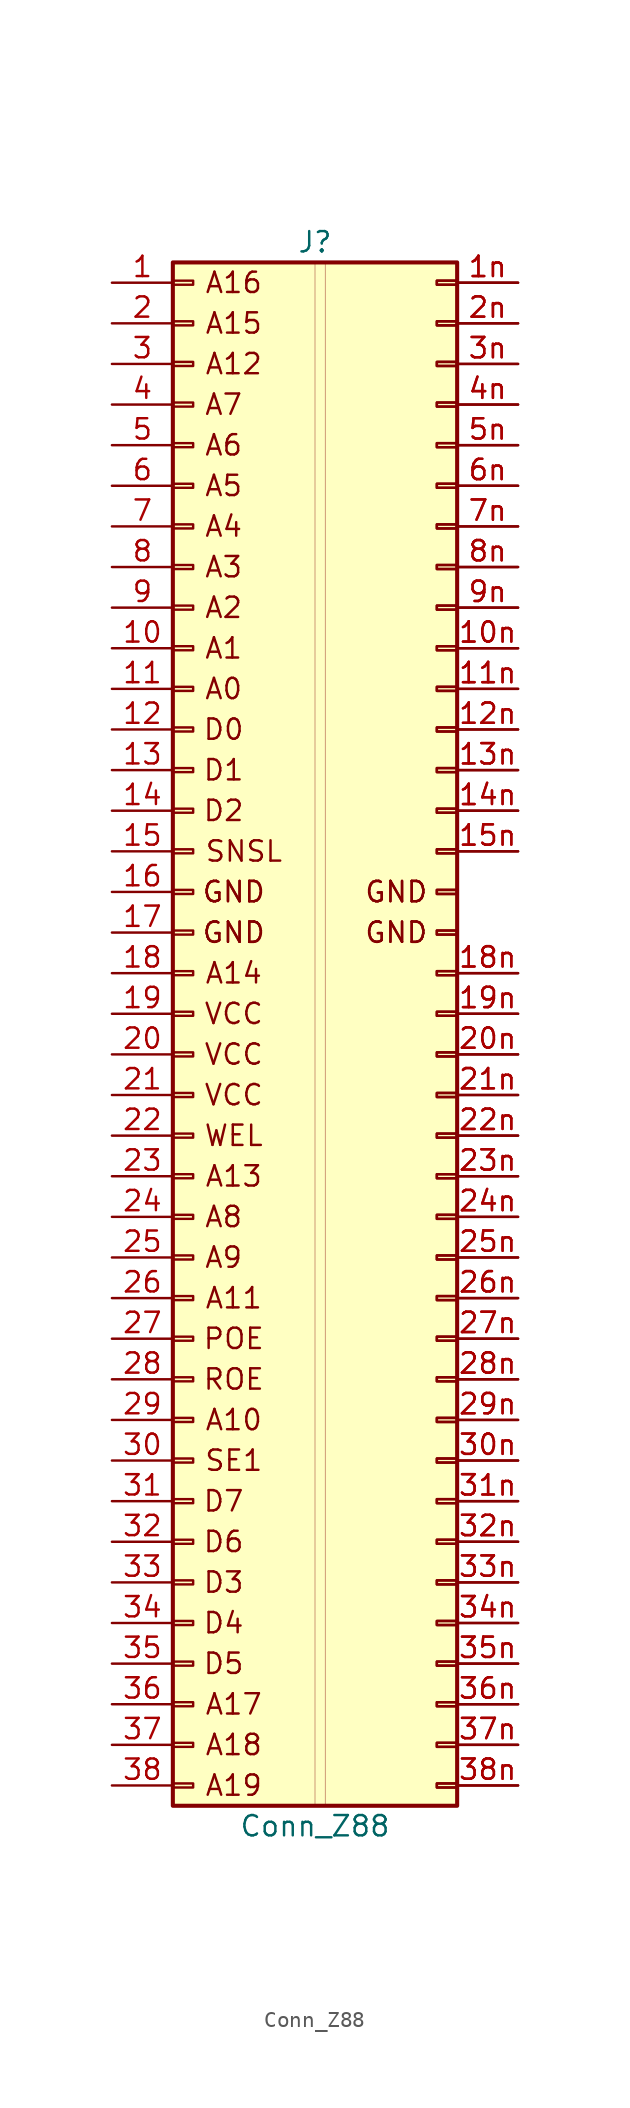
<source format=kicad_sym>
(kicad_symbol_lib
  (version 20220914)
  (generator kicad_symbol_editor)
  (symbol "Conn_Z88"
    (pin_names
      (offset 1.016) hide)
    (property "Reference" "J"
      (at 8.89 1.27 0)
      (effects (font (size 1.27 1.27))))
    (property "Value" "Conn_Z88"
      (at 8.89 -97.79 0)
      (effects (font (size 1.27 1.27))))
    (symbol "Conn_Z88_0_0"
      (text "GND" (at 13.97 -39.37 0) (effects (font (size 1.27 1.27))))
      (text "GND" (at 13.97 -39.37 0) (effects (font (size 1.27 1.27))))
      (text "WEL" (at 3.81 -54.61 0) (effects (font (size 1.27 1.27)))))
    (symbol "Conn_Z88_1_1"
      (rectangle (start 0 -95.123) (end 1.27 -95.377) (stroke (width 0.152) (type solid)) (fill (type none)))
      (rectangle (start 0 -92.583) (end 1.27 -92.837) (stroke (width 0.152) (type solid)) (fill (type none)))
      (rectangle (start 0 -90.043) (end 1.27 -90.297) (stroke (width 0.152) (type solid)) (fill (type none)))
      (rectangle (start 0 -87.503) (end 1.27 -87.757) (stroke (width 0.152) (type solid)) (fill (type none)))
      (rectangle (start 0 -84.963) (end 1.27 -85.217) (stroke (width 0.152) (type solid)) (fill (type none)))
      (rectangle (start 0 -82.423) (end 1.27 -82.677) (stroke (width 0.152) (type solid)) (fill (type none)))
      (rectangle (start 0 -79.883) (end 1.27 -80.137) (stroke (width 0.152) (type solid)) (fill (type none)))
      (rectangle (start 0 -77.343) (end 1.27 -77.597) (stroke (width 0.152) (type solid)) (fill (type none)))
      (rectangle (start 0 -74.803) (end 1.27 -75.057) (stroke (width 0.152) (type solid)) (fill (type none)))
      (rectangle (start 0 -72.263) (end 1.27 -72.517) (stroke (width 0.152) (type solid)) (fill (type none)))
      (rectangle (start 0 -69.723) (end 1.27 -69.977) (stroke (width 0.152) (type solid)) (fill (type none)))
      (rectangle (start 0 -67.183) (end 1.27 -67.437) (stroke (width 0.152) (type solid)) (fill (type none)))
      (rectangle (start 0 -64.643) (end 1.27 -64.897) (stroke (width 0.152) (type solid)) (fill (type none)))
      (rectangle (start 0 -62.103) (end 1.27 -62.357) (stroke (width 0.152) (type solid)) (fill (type none)))
      (rectangle (start 0 -59.563) (end 1.27 -59.817) (stroke (width 0.152) (type solid)) (fill (type none)))
      (rectangle (start 0 -57.023) (end 1.27 -57.277) (stroke (width 0.152) (type solid)) (fill (type none)))
      (rectangle (start 0 -54.483) (end 1.27 -54.737) (stroke (width 0.152) (type solid)) (fill (type none)))
      (rectangle (start 0 -51.943) (end 1.27 -52.197) (stroke (width 0.152) (type solid)) (fill (type none)))
      (rectangle (start 0 -49.403) (end 1.27 -49.657) (stroke (width 0.152) (type solid)) (fill (type none)))
      (rectangle (start 0 -46.863) (end 1.27 -47.117) (stroke (width 0.152) (type solid)) (fill (type none)))
      (rectangle (start 0 -44.323) (end 1.27 -44.577) (stroke (width 0.152) (type solid)) (fill (type none)))
      (rectangle (start 0 -41.783) (end 1.27 -42.037) (stroke (width 0.152) (type solid)) (fill (type none)))
      (rectangle (start 0 -39.243) (end 1.27 -39.497) (stroke (width 0.152) (type solid)) (fill (type none)))
      (rectangle (start 0 -36.703) (end 1.27 -36.957) (stroke (width 0.152) (type solid)) (fill (type none)))
      (rectangle (start 0 -34.163) (end 1.27 -34.417) (stroke (width 0.152) (type solid)) (fill (type none)))
      (rectangle (start 0 -31.623) (end 1.27 -31.877) (stroke (width 0.152) (type solid)) (fill (type none)))
      (rectangle (start 0 -29.083) (end 1.27 -29.337) (stroke (width 0.152) (type solid)) (fill (type none)))
      (rectangle (start 0 -26.543) (end 1.27 -26.797) (stroke (width 0.152) (type solid)) (fill (type none)))
      (rectangle (start 0 -24.003) (end 1.27 -24.257) (stroke (width 0.152) (type solid)) (fill (type none)))
      (rectangle (start 0 -21.463) (end 1.27 -21.717) (stroke (width 0.152) (type solid)) (fill (type none)))
      (rectangle (start 0 -18.923) (end 1.27 -19.177) (stroke (width 0.152) (type solid)) (fill (type none)))
      (rectangle (start 0 -16.383) (end 1.27 -16.637) (stroke (width 0.152) (type solid)) (fill (type none)))
      (rectangle (start 0 -13.843) (end 1.27 -14.097) (stroke (width 0.152) (type solid)) (fill (type none)))
      (rectangle (start 0 -11.303) (end 1.27 -11.557) (stroke (width 0.152) (type solid)) (fill (type none)))
      (rectangle (start 0 -8.763) (end 1.27 -9.017) (stroke (width 0.152) (type solid)) (fill (type none)))
      (rectangle (start 0 -6.223) (end 1.27 -6.477) (stroke (width 0.152) (type solid)) (fill (type none)))
      (rectangle (start 0 -3.683) (end 1.27 -3.937) (stroke (width 0.152) (type solid)) (fill (type none)))
      (rectangle (start 0 -1.143) (end 1.27 -1.397) (stroke (width 0.152) (type solid)) (fill (type none)))
      (rectangle (start 0 0) (end 17.78 -96.52) (stroke (width 0.254) (type solid)) (fill (type background)))
      (rectangle (start 8.89 0) (end 9.525 -96.52) (stroke (width 0.025) (type solid)) (fill (type background)))
      (rectangle (start 17.78 -95.123) (end 16.51 -95.377) (stroke (width 0.152) (type solid)) (fill (type none)))
      (rectangle (start 17.78 -95.123) (end 16.51 -95.377) (stroke (width 0.152) (type solid)) (fill (type none)))
      (rectangle (start 17.78 -92.583) (end 16.51 -92.837) (stroke (width 0.152) (type solid)) (fill (type none)))
      (rectangle (start 17.78 -92.583) (end 16.51 -92.837) (stroke (width 0.152) (type solid)) (fill (type none)))
      (rectangle (start 17.78 -90.043) (end 16.51 -90.297) (stroke (width 0.152) (type solid)) (fill (type none)))
      (rectangle (start 17.78 -90.043) (end 16.51 -90.297) (stroke (width 0.152) (type solid)) (fill (type none)))
      (rectangle (start 17.78 -87.503) (end 16.51 -87.757) (stroke (width 0.152) (type solid)) (fill (type none)))
      (rectangle (start 17.78 -87.503) (end 16.51 -87.757) (stroke (width 0.152) (type solid)) (fill (type none)))
      (rectangle (start 17.78 -84.963) (end 16.51 -85.217) (stroke (width 0.152) (type solid)) (fill (type none)))
      (rectangle (start 17.78 -84.963) (end 16.51 -85.217) (stroke (width 0.152) (type solid)) (fill (type none)))
      (rectangle (start 17.78 -82.423) (end 16.51 -82.677) (stroke (width 0.152) (type solid)) (fill (type none)))
      (rectangle (start 17.78 -82.423) (end 16.51 -82.677) (stroke (width 0.152) (type solid)) (fill (type none)))
      (rectangle (start 17.78 -79.883) (end 16.51 -80.137) (stroke (width 0.152) (type solid)) (fill (type none)))
      (rectangle (start 17.78 -79.883) (end 16.51 -80.137) (stroke (width 0.152) (type solid)) (fill (type none)))
      (rectangle (start 17.78 -77.343) (end 16.51 -77.597) (stroke (width 0.152) (type solid)) (fill (type none)))
      (rectangle (start 17.78 -77.343) (end 16.51 -77.597) (stroke (width 0.152) (type solid)) (fill (type none)))
      (rectangle (start 17.78 -74.803) (end 16.51 -75.057) (stroke (width 0.152) (type solid)) (fill (type none)))
      (rectangle (start 17.78 -74.803) (end 16.51 -75.057) (stroke (width 0.152) (type solid)) (fill (type none)))
      (rectangle (start 17.78 -72.263) (end 16.51 -72.517) (stroke (width 0.152) (type solid)) (fill (type none)))
      (rectangle (start 17.78 -72.263) (end 16.51 -72.517) (stroke (width 0.152) (type solid)) (fill (type none)))
      (rectangle (start 17.78 -69.723) (end 16.51 -69.977) (stroke (width 0.152) (type solid)) (fill (type none)))
      (rectangle (start 17.78 -69.723) (end 16.51 -69.977) (stroke (width 0.152) (type solid)) (fill (type none)))
      (rectangle (start 17.78 -67.183) (end 16.51 -67.437) (stroke (width 0.152) (type solid)) (fill (type none)))
      (rectangle (start 17.78 -67.183) (end 16.51 -67.437) (stroke (width 0.152) (type solid)) (fill (type none)))
      (rectangle (start 17.78 -64.643) (end 16.51 -64.897) (stroke (width 0.152) (type solid)) (fill (type none)))
      (rectangle (start 17.78 -64.643) (end 16.51 -64.897) (stroke (width 0.152) (type solid)) (fill (type none)))
      (rectangle (start 17.78 -62.103) (end 16.51 -62.357) (stroke (width 0.152) (type solid)) (fill (type none)))
      (rectangle (start 17.78 -62.103) (end 16.51 -62.357) (stroke (width 0.152) (type solid)) (fill (type none)))
      (rectangle (start 17.78 -59.563) (end 16.51 -59.817) (stroke (width 0.152) (type solid)) (fill (type none)))
      (rectangle (start 17.78 -59.563) (end 16.51 -59.817) (stroke (width 0.152) (type solid)) (fill (type none)))
      (rectangle (start 17.78 -57.023) (end 16.51 -57.277) (stroke (width 0.152) (type solid)) (fill (type none)))
      (rectangle (start 17.78 -57.023) (end 16.51 -57.277) (stroke (width 0.152) (type solid)) (fill (type none)))
      (rectangle (start 17.78 -54.483) (end 16.51 -54.737) (stroke (width 0.152) (type solid)) (fill (type none)))
      (rectangle (start 17.78 -54.483) (end 16.51 -54.737) (stroke (width 0.152) (type solid)) (fill (type none)))
      (rectangle (start 17.78 -51.943) (end 16.51 -52.197) (stroke (width 0.152) (type solid)) (fill (type none)))
      (rectangle (start 17.78 -51.943) (end 16.51 -52.197) (stroke (width 0.152) (type solid)) (fill (type none)))
      (rectangle (start 17.78 -49.403) (end 16.51 -49.657) (stroke (width 0.152) (type solid)) (fill (type none)))
      (rectangle (start 17.78 -49.403) (end 16.51 -49.657) (stroke (width 0.152) (type solid)) (fill (type none)))
      (rectangle (start 17.78 -46.863) (end 16.51 -47.117) (stroke (width 0.152) (type solid)) (fill (type none)))
      (rectangle (start 17.78 -46.863) (end 16.51 -47.117) (stroke (width 0.152) (type solid)) (fill (type none)))
      (rectangle (start 17.78 -44.323) (end 16.51 -44.577) (stroke (width 0.152) (type solid)) (fill (type none)))
      (rectangle (start 17.78 -44.323) (end 16.51 -44.577) (stroke (width 0.152) (type solid)) (fill (type none)))
      (rectangle (start 17.78 -41.783) (end 16.51 -42.037) (stroke (width 0.152) (type solid)) (fill (type none)))
      (rectangle (start 17.78 -41.783) (end 16.51 -42.037) (stroke (width 0.152) (type solid)) (fill (type none)))
      (rectangle (start 17.78 -39.243) (end 16.51 -39.497) (stroke (width 0.152) (type solid)) (fill (type none)))
      (rectangle (start 17.78 -39.243) (end 16.51 -39.497) (stroke (width 0.152) (type solid)) (fill (type none)))
      (rectangle (start 17.78 -36.703) (end 16.51 -36.957) (stroke (width 0.152) (type solid)) (fill (type none)))
      (rectangle (start 17.78 -36.703) (end 16.51 -36.957) (stroke (width 0.152) (type solid)) (fill (type none)))
      (rectangle (start 17.78 -34.163) (end 16.51 -34.417) (stroke (width 0.152) (type solid)) (fill (type none)))
      (rectangle (start 17.78 -34.163) (end 16.51 -34.417) (stroke (width 0.152) (type solid)) (fill (type none)))
      (rectangle (start 17.78 -31.623) (end 16.51 -31.877) (stroke (width 0.152) (type solid)) (fill (type none)))
      (rectangle (start 17.78 -31.623) (end 16.51 -31.877) (stroke (width 0.152) (type solid)) (fill (type none)))
      (rectangle (start 17.78 -29.083) (end 16.51 -29.337) (stroke (width 0.152) (type solid)) (fill (type none)))
      (rectangle (start 17.78 -29.083) (end 16.51 -29.337) (stroke (width 0.152) (type solid)) (fill (type none)))
      (rectangle (start 17.78 -26.543) (end 16.51 -26.797) (stroke (width 0.152) (type solid)) (fill (type none)))
      (rectangle (start 17.78 -26.543) (end 16.51 -26.797) (stroke (width 0.152) (type solid)) (fill (type none)))
      (rectangle (start 17.78 -24.003) (end 16.51 -24.257) (stroke (width 0.152) (type solid)) (fill (type none)))
      (rectangle (start 17.78 -24.003) (end 16.51 -24.257) (stroke (width 0.152) (type solid)) (fill (type none)))
      (rectangle (start 17.78 -21.463) (end 16.51 -21.717) (stroke (width 0.152) (type solid)) (fill (type none)))
      (rectangle (start 17.78 -21.463) (end 16.51 -21.717) (stroke (width 0.152) (type solid)) (fill (type none)))
      (rectangle (start 17.78 -18.923) (end 16.51 -19.177) (stroke (width 0.152) (type solid)) (fill (type none)))
      (rectangle (start 17.78 -18.923) (end 16.51 -19.177) (stroke (width 0.152) (type solid)) (fill (type none)))
      (rectangle (start 17.78 -16.383) (end 16.51 -16.637) (stroke (width 0.152) (type solid)) (fill (type none)))
      (rectangle (start 17.78 -16.383) (end 16.51 -16.637) (stroke (width 0.152) (type solid)) (fill (type none)))
      (rectangle (start 17.78 -13.843) (end 16.51 -14.097) (stroke (width 0.152) (type solid)) (fill (type none)))
      (rectangle (start 17.78 -13.843) (end 16.51 -14.097) (stroke (width 0.152) (type solid)) (fill (type none)))
      (rectangle (start 17.78 -11.303) (end 16.51 -11.557) (stroke (width 0.152) (type solid)) (fill (type none)))
      (rectangle (start 17.78 -11.303) (end 16.51 -11.557) (stroke (width 0.152) (type solid)) (fill (type none)))
      (rectangle (start 17.78 -8.763) (end 16.51 -9.017) (stroke (width 0.152) (type solid)) (fill (type none)))
      (rectangle (start 17.78 -8.763) (end 16.51 -9.017) (stroke (width 0.152) (type solid)) (fill (type none)))
      (rectangle (start 17.78 -6.223) (end 16.51 -6.477) (stroke (width 0.152) (type solid)) (fill (type none)))
      (rectangle (start 17.78 -6.223) (end 16.51 -6.477) (stroke (width 0.152) (type solid)) (fill (type none)))
      (rectangle (start 17.78 -3.683) (end 16.51 -3.937) (stroke (width 0.152) (type solid)) (fill (type none)))
      (rectangle (start 17.78 -3.683) (end 16.51 -3.937) (stroke (width 0.152) (type solid)) (fill (type none)))
      (rectangle (start 17.78 -1.143) (end 16.51 -1.397) (stroke (width 0.152) (type solid)) (fill (type none)))
      (rectangle (start 17.78 -1.143) (end 16.51 -1.397) (stroke (width 0.152) (type solid)) (fill (type none)))
      (text "A0" (at 3.175 -26.67 0) (effects (font (size 1.27 1.27))))
      (text "A1" (at 3.175 -24.13 0) (effects (font (size 1.27 1.27))))
      (text "A10" (at 3.81 -72.39 0) (effects (font (size 1.27 1.27))))
      (text "A11" (at 3.81 -64.77 0) (effects (font (size 1.27 1.27))))
      (text "A12" (at 3.81 -6.35 0) (effects (font (size 1.27 1.27))))
      (text "A13" (at 3.81 -57.15 0) (effects (font (size 1.27 1.27))))
      (text "A14" (at 3.81 -44.45 0) (effects (font (size 1.27 1.27))))
      (text "A15" (at 3.81 -3.81 0) (effects (font (size 1.27 1.27))))
      (text "A16" (at 3.81 -1.27 0) (effects (font (size 1.27 1.27))))
      (text "A17" (at 3.81 -90.17 0) (effects (font (size 1.27 1.27))))
      (text "A18" (at 3.81 -92.71 0) (effects (font (size 1.27 1.27))))
      (text "A19" (at 3.81 -95.25 0) (effects (font (size 1.27 1.27))))
      (text "A2" (at 3.175 -21.59 0) (effects (font (size 1.27 1.27))))
      (text "A3" (at 3.175 -19.05 0) (effects (font (size 1.27 1.27))))
      (text "A4" (at 3.175 -16.51 0) (effects (font (size 1.27 1.27))))
      (text "A5" (at 3.175 -13.97 0) (effects (font (size 1.27 1.27))))
      (text "A6" (at 3.175 -11.43 0) (effects (font (size 1.27 1.27))))
      (text "A7" (at 3.175 -8.89 0) (effects (font (size 1.27 1.27))))
      (text "A8" (at 3.175 -59.69 0) (effects (font (size 1.27 1.27))))
      (text "A9" (at 3.175 -62.23 0) (effects (font (size 1.27 1.27))))
      (text "D0" (at 3.175 -29.21 0) (effects (font (size 1.27 1.27))))
      (text "D1" (at 3.175 -31.75 0) (effects (font (size 1.27 1.27))))
      (text "D2" (at 3.175 -34.29 0) (effects (font (size 1.27 1.27))))
      (text "D3" (at 3.175 -82.55 0) (effects (font (size 1.27 1.27))))
      (text "D4" (at 3.175 -85.09 0) (effects (font (size 1.27 1.27))))
      (text "D5" (at 3.175 -87.63 0) (effects (font (size 1.27 1.27))))
      (text "D6" (at 3.175 -80.01 0) (effects (font (size 1.27 1.27))))
      (text "D7" (at 3.175 -77.47 0) (effects (font (size 1.27 1.27))))
      (text "GND" (at 3.81 -41.91 0) (effects (font (size 1.27 1.27))))
      (text "GND" (at 3.81 -41.91 0) (effects (font (size 1.27 1.27))))
      (text "GND" (at 3.81 -39.37 0) (effects (font (size 1.27 1.27))))
      (text "GND" (at 3.81 -39.37 0) (effects (font (size 1.27 1.27))))
      (text "GND" (at 13.97 -41.91 0) (effects (font (size 1.27 1.27))))
      (text "GND" (at 13.97 -41.91 0) (effects (font (size 1.27 1.27))))
      (text "POE" (at 3.81 -67.31 0) (effects (font (size 1.27 1.27))))
      (text "ROE" (at 3.81 -69.85 0) (effects (font (size 1.27 1.27))))
      (text "SE1" (at 3.81 -74.93 0) (effects (font (size 1.27 1.27))))
      (text "SNSL" (at 4.445 -36.83 0) (effects (font (size 1.27 1.27))))
      (text "VCC" (at 3.81 -52.07 0) (effects (font (size 1.27 1.27))))
      (text "VCC" (at 3.81 -49.53 0) (effects (font (size 1.27 1.27))))
      (text "VCC" (at 3.81 -46.99 0) (effects (font (size 1.27 1.27))))
      (pin passive line (at -3.81 -1.27 0) (length 3.81) (name "Pin_1" (effects (font (size 1.27 1.27)))) (number "1" (effects (font (size 1.27 1.27)))))
      (pin passive line (at -3.81 -24.13 0) (length 3.81) (name "Pin_10" (effects (font (size 1.27 1.27)))) (number "10" (effects (font (size 1.27 1.27)))))
      (pin passive line (at 21.59 -24.13 180) (length 3.81) (name "Pin_48" (effects (font (size 1.27 1.27)))) (number "10n" (effects (font (size 1.27 1.27)))))
      (pin passive line (at 21.59 -24.13 180) (length 3.81) (name "Pin_48" (effects (font (size 1.27 1.27)))) (number "10n" (effects (font (size 1.27 1.27)))))
      (pin passive line (at -3.81 -26.67 0) (length 3.81) (name "Pin_11" (effects (font (size 1.27 1.27)))) (number "11" (effects (font (size 1.27 1.27)))))
      (pin passive line (at 21.59 -26.67 180) (length 3.81) (name "Pin_49" (effects (font (size 1.27 1.27)))) (number "11n" (effects (font (size 1.27 1.27)))))
      (pin passive line (at 21.59 -26.67 180) (length 3.81) (name "Pin_49" (effects (font (size 1.27 1.27)))) (number "11n" (effects (font (size 1.27 1.27)))))
      (pin passive line (at -3.81 -29.21 0) (length 3.81) (name "Pin_12" (effects (font (size 1.27 1.27)))) (number "12" (effects (font (size 1.27 1.27)))))
      (pin passive line (at 21.59 -29.21 180) (length 3.81) (name "Pin_50" (effects (font (size 1.27 1.27)))) (number "12n" (effects (font (size 1.27 1.27)))))
      (pin passive line (at 21.59 -29.21 180) (length 3.81) (name "Pin_50" (effects (font (size 1.27 1.27)))) (number "12n" (effects (font (size 1.27 1.27)))))
      (pin passive line (at -3.81 -31.75 0) (length 3.81) (name "Pin_13" (effects (font (size 1.27 1.27)))) (number "13" (effects (font (size 1.27 1.27)))))
      (pin passive line (at 21.59 -31.75 180) (length 3.81) (name "Pin_51" (effects (font (size 1.27 1.27)))) (number "13n" (effects (font (size 1.27 1.27)))))
      (pin passive line (at 21.59 -31.75 180) (length 3.81) (name "Pin_51" (effects (font (size 1.27 1.27)))) (number "13n" (effects (font (size 1.27 1.27)))))
      (pin passive line (at -3.81 -34.29 0) (length 3.81) (name "Pin_14" (effects (font (size 1.27 1.27)))) (number "14" (effects (font (size 1.27 1.27)))))
      (pin passive line (at 21.59 -34.29 180) (length 3.81) (name "Pin_52" (effects (font (size 1.27 1.27)))) (number "14n" (effects (font (size 1.27 1.27)))))
      (pin passive line (at 21.59 -34.29 180) (length 3.81) (name "Pin_52" (effects (font (size 1.27 1.27)))) (number "14n" (effects (font (size 1.27 1.27)))))
      (pin passive line (at -3.81 -36.83 0) (length 3.81) (name "GND" (effects (font (size 1.27 1.27)))) (number "15" (effects (font (size 1.27 1.27)))))
      (pin passive line (at 21.59 -36.83 180) (length 3.81) (name "Pin_53" (effects (font (size 1.27 1.27)))) (number "15n" (effects (font (size 1.27 1.27)))))
      (pin passive line (at 21.59 -36.83 180) (length 3.81) (name "Pin_53" (effects (font (size 1.27 1.27)))) (number "15n" (effects (font (size 1.27 1.27)))))
      (pin passive line (at -3.81 -39.37 0) (length 3.81) (name "GND" (effects (font (size 1.27 1.27)))) (number "16" (effects (font (size 1.27 1.27)))))
      (pin passive line (at -3.81 -41.91 0) (length 3.81) (name "GND" (effects (font (size 1.27 1.27)))) (number "17" (effects (font (size 1.27 1.27)))))
      (pin passive line (at -3.81 -44.45 0) (length 3.81) (name "Pin_18" (effects (font (size 1.27 1.27)))) (number "18" (effects (font (size 1.27 1.27)))))
      (pin passive line (at 21.59 -44.45 180) (length 3.81) (name "Pin_56" (effects (font (size 1.27 1.27)))) (number "18n" (effects (font (size 1.27 1.27)))))
      (pin passive line (at 21.59 -44.45 180) (length 3.81) (name "Pin_56" (effects (font (size 1.27 1.27)))) (number "18n" (effects (font (size 1.27 1.27)))))
      (pin passive line (at -3.81 -46.99 0) (length 3.81) (name "Pin_19" (effects (font (size 1.27 1.27)))) (number "19" (effects (font (size 1.27 1.27)))))
      (pin passive line (at 21.59 -46.99 180) (length 3.81) (name "Pin_57" (effects (font (size 1.27 1.27)))) (number "19n" (effects (font (size 1.27 1.27)))))
      (pin passive line (at 21.59 -46.99 180) (length 3.81) (name "Pin_57" (effects (font (size 1.27 1.27)))) (number "19n" (effects (font (size 1.27 1.27)))))
      (pin passive line (at 21.59 -1.27 180) (length 3.81) (name "Pin_39" (effects (font (size 1.27 1.27)))) (number "1n" (effects (font (size 1.27 1.27)))))
      (pin passive line (at 21.59 -1.27 180) (length 3.81) (name "Pin_39" (effects (font (size 1.27 1.27)))) (number "1n" (effects (font (size 1.27 1.27)))))
      (pin passive line (at -3.81 -3.81 0) (length 3.81) (name "Pin_2" (effects (font (size 1.27 1.27)))) (number "2" (effects (font (size 1.27 1.27)))))
      (pin passive line (at -3.81 -49.53 0) (length 3.81) (name "Pin_20" (effects (font (size 1.27 1.27)))) (number "20" (effects (font (size 1.27 1.27)))))
      (pin passive line (at 21.59 -49.53 180) (length 3.81) (name "Pin_58" (effects (font (size 1.27 1.27)))) (number "20n" (effects (font (size 1.27 1.27)))))
      (pin passive line (at 21.59 -49.53 180) (length 3.81) (name "Pin_58" (effects (font (size 1.27 1.27)))) (number "20n" (effects (font (size 1.27 1.27)))))
      (pin passive line (at -3.81 -52.07 0) (length 3.81) (name "Pin_21" (effects (font (size 1.27 1.27)))) (number "21" (effects (font (size 1.27 1.27)))))
      (pin passive line (at 21.59 -52.07 180) (length 3.81) (name "Pin_59" (effects (font (size 1.27 1.27)))) (number "21n" (effects (font (size 1.27 1.27)))))
      (pin passive line (at 21.59 -52.07 180) (length 3.81) (name "Pin_59" (effects (font (size 1.27 1.27)))) (number "21n" (effects (font (size 1.27 1.27)))))
      (pin passive line (at -3.81 -54.61 0) (length 3.81) (name "Pin_22" (effects (font (size 1.27 1.27)))) (number "22" (effects (font (size 1.27 1.27)))))
      (pin passive line (at 21.59 -54.61 180) (length 3.81) (name "Pin_60" (effects (font (size 1.27 1.27)))) (number "22n" (effects (font (size 1.27 1.27)))))
      (pin passive line (at 21.59 -54.61 180) (length 3.81) (name "Pin_60" (effects (font (size 1.27 1.27)))) (number "22n" (effects (font (size 1.27 1.27)))))
      (pin passive line (at -3.81 -57.15 0) (length 3.81) (name "Pin_23" (effects (font (size 1.27 1.27)))) (number "23" (effects (font (size 1.27 1.27)))))
      (pin passive line (at 21.59 -57.15 180) (length 3.81) (name "Pin_61" (effects (font (size 1.27 1.27)))) (number "23n" (effects (font (size 1.27 1.27)))))
      (pin passive line (at 21.59 -57.15 180) (length 3.81) (name "Pin_61" (effects (font (size 1.27 1.27)))) (number "23n" (effects (font (size 1.27 1.27)))))
      (pin passive line (at -3.81 -59.69 0) (length 3.81) (name "Pin_24" (effects (font (size 1.27 1.27)))) (number "24" (effects (font (size 1.27 1.27)))))
      (pin passive line (at 21.59 -59.69 180) (length 3.81) (name "Pin_62" (effects (font (size 1.27 1.27)))) (number "24n" (effects (font (size 1.27 1.27)))))
      (pin passive line (at 21.59 -59.69 180) (length 3.81) (name "Pin_62" (effects (font (size 1.27 1.27)))) (number "24n" (effects (font (size 1.27 1.27)))))
      (pin passive line (at -3.81 -62.23 0) (length 3.81) (name "Pin_25" (effects (font (size 1.27 1.27)))) (number "25" (effects (font (size 1.27 1.27)))))
      (pin passive line (at 21.59 -62.23 180) (length 3.81) (name "Pin_63" (effects (font (size 1.27 1.27)))) (number "25n" (effects (font (size 1.27 1.27)))))
      (pin passive line (at 21.59 -62.23 180) (length 3.81) (name "Pin_63" (effects (font (size 1.27 1.27)))) (number "25n" (effects (font (size 1.27 1.27)))))
      (pin passive line (at -3.81 -64.77 0) (length 3.81) (name "Pin_26" (effects (font (size 1.27 1.27)))) (number "26" (effects (font (size 1.27 1.27)))))
      (pin passive line (at 21.59 -64.77 180) (length 3.81) (name "Pin_64" (effects (font (size 1.27 1.27)))) (number "26n" (effects (font (size 1.27 1.27)))))
      (pin passive line (at 21.59 -64.77 180) (length 3.81) (name "Pin_64" (effects (font (size 1.27 1.27)))) (number "26n" (effects (font (size 1.27 1.27)))))
      (pin passive line (at -3.81 -67.31 0) (length 3.81) (name "Pin_27" (effects (font (size 1.27 1.27)))) (number "27" (effects (font (size 1.27 1.27)))))
      (pin passive line (at 21.59 -67.31 180) (length 3.81) (name "Pin_65" (effects (font (size 1.27 1.27)))) (number "27n" (effects (font (size 1.27 1.27)))))
      (pin passive line (at 21.59 -67.31 180) (length 3.81) (name "Pin_65" (effects (font (size 1.27 1.27)))) (number "27n" (effects (font (size 1.27 1.27)))))
      (pin passive line (at -3.81 -69.85 0) (length 3.81) (name "Pin_28" (effects (font (size 1.27 1.27)))) (number "28" (effects (font (size 1.27 1.27)))))
      (pin passive line (at 21.59 -69.85 180) (length 3.81) (name "Pin_66" (effects (font (size 1.27 1.27)))) (number "28n" (effects (font (size 1.27 1.27)))))
      (pin passive line (at 21.59 -69.85 180) (length 3.81) (name "Pin_66" (effects (font (size 1.27 1.27)))) (number "28n" (effects (font (size 1.27 1.27)))))
      (pin passive line (at -3.81 -72.39 0) (length 3.81) (name "Pin_29" (effects (font (size 1.27 1.27)))) (number "29" (effects (font (size 1.27 1.27)))))
      (pin passive line (at 21.59 -72.39 180) (length 3.81) (name "Pin_67" (effects (font (size 1.27 1.27)))) (number "29n" (effects (font (size 1.27 1.27)))))
      (pin passive line (at 21.59 -72.39 180) (length 3.81) (name "Pin_67" (effects (font (size 1.27 1.27)))) (number "29n" (effects (font (size 1.27 1.27)))))
      (pin passive line (at 21.59 -3.81 180) (length 3.81) (name "Pin_40" (effects (font (size 1.27 1.27)))) (number "2n" (effects (font (size 1.27 1.27)))))
      (pin passive line (at 21.59 -3.81 180) (length 3.81) (name "Pin_40" (effects (font (size 1.27 1.27)))) (number "2n" (effects (font (size 1.27 1.27)))))
      (pin passive line (at -3.81 -6.35 0) (length 3.81) (name "Pin_3" (effects (font (size 1.27 1.27)))) (number "3" (effects (font (size 1.27 1.27)))))
      (pin passive line (at -3.81 -74.93 0) (length 3.81) (name "Pin_30" (effects (font (size 1.27 1.27)))) (number "30" (effects (font (size 1.27 1.27)))))
      (pin passive line (at 21.59 -74.93 180) (length 3.81) (name "Pin_68" (effects (font (size 1.27 1.27)))) (number "30n" (effects (font (size 1.27 1.27)))))
      (pin passive line (at 21.59 -74.93 180) (length 3.81) (name "Pin_68" (effects (font (size 1.27 1.27)))) (number "30n" (effects (font (size 1.27 1.27)))))
      (pin passive line (at -3.81 -77.47 0) (length 3.81) (name "Pin_31" (effects (font (size 1.27 1.27)))) (number "31" (effects (font (size 1.27 1.27)))))
      (pin passive line (at 21.59 -77.47 180) (length 3.81) (name "Pin_69" (effects (font (size 1.27 1.27)))) (number "31n" (effects (font (size 1.27 1.27)))))
      (pin passive line (at 21.59 -77.47 180) (length 3.81) (name "Pin_69" (effects (font (size 1.27 1.27)))) (number "31n" (effects (font (size 1.27 1.27)))))
      (pin passive line (at -3.81 -80.01 0) (length 3.81) (name "Pin_32" (effects (font (size 1.27 1.27)))) (number "32" (effects (font (size 1.27 1.27)))))
      (pin passive line (at 21.59 -80.01 180) (length 3.81) (name "Pin_70" (effects (font (size 1.27 1.27)))) (number "32n" (effects (font (size 1.27 1.27)))))
      (pin passive line (at 21.59 -80.01 180) (length 3.81) (name "Pin_70" (effects (font (size 1.27 1.27)))) (number "32n" (effects (font (size 1.27 1.27)))))
      (pin passive line (at -3.81 -82.55 0) (length 3.81) (name "Pin_33" (effects (font (size 1.27 1.27)))) (number "33" (effects (font (size 1.27 1.27)))))
      (pin passive line (at 21.59 -82.55 180) (length 3.81) (name "Pin_71" (effects (font (size 1.27 1.27)))) (number "33n" (effects (font (size 1.27 1.27)))))
      (pin passive line (at 21.59 -82.55 180) (length 3.81) (name "Pin_71" (effects (font (size 1.27 1.27)))) (number "33n" (effects (font (size 1.27 1.27)))))
      (pin passive line (at -3.81 -85.09 0) (length 3.81) (name "Pin_34" (effects (font (size 1.27 1.27)))) (number "34" (effects (font (size 1.27 1.27)))))
      (pin passive line (at 21.59 -85.09 180) (length 3.81) (name "Pin_72" (effects (font (size 1.27 1.27)))) (number "34n" (effects (font (size 1.27 1.27)))))
      (pin passive line (at 21.59 -85.09 180) (length 3.81) (name "Pin_72" (effects (font (size 1.27 1.27)))) (number "34n" (effects (font (size 1.27 1.27)))))
      (pin passive line (at -3.81 -87.63 0) (length 3.81) (name "Pin_35" (effects (font (size 1.27 1.27)))) (number "35" (effects (font (size 1.27 1.27)))))
      (pin passive line (at 21.59 -87.63 180) (length 3.81) (name "Pin_73" (effects (font (size 1.27 1.27)))) (number "35n" (effects (font (size 1.27 1.27)))))
      (pin passive line (at 21.59 -87.63 180) (length 3.81) (name "Pin_73" (effects (font (size 1.27 1.27)))) (number "35n" (effects (font (size 1.27 1.27)))))
      (pin passive line (at -3.81 -90.17 0) (length 3.81) (name "Pin_36" (effects (font (size 1.27 1.27)))) (number "36" (effects (font (size 1.27 1.27)))))
      (pin passive line (at 21.59 -90.17 180) (length 3.81) (name "Pin_74" (effects (font (size 1.27 1.27)))) (number "36n" (effects (font (size 1.27 1.27)))))
      (pin passive line (at 21.59 -90.17 180) (length 3.81) (name "Pin_74" (effects (font (size 1.27 1.27)))) (number "36n" (effects (font (size 1.27 1.27)))))
      (pin passive line (at -3.81 -92.71 0) (length 3.81) (name "Pin_37" (effects (font (size 1.27 1.27)))) (number "37" (effects (font (size 1.27 1.27)))))
      (pin passive line (at 21.59 -92.71 180) (length 3.81) (name "Pin_75" (effects (font (size 1.27 1.27)))) (number "37n" (effects (font (size 1.27 1.27)))))
      (pin passive line (at 21.59 -92.71 180) (length 3.81) (name "Pin_75" (effects (font (size 1.27 1.27)))) (number "37n" (effects (font (size 1.27 1.27)))))
      (pin passive line (at -3.81 -95.25 0) (length 3.81) (name "Pin_38" (effects (font (size 1.27 1.27)))) (number "38" (effects (font (size 1.27 1.27)))))
      (pin passive line (at 21.59 -95.25 180) (length 3.81) (name "Pin_76" (effects (font (size 1.27 1.27)))) (number "38n" (effects (font (size 1.27 1.27)))))
      (pin passive line (at 21.59 -95.25 180) (length 3.81) (name "Pin_76" (effects (font (size 1.27 1.27)))) (number "38n" (effects (font (size 1.27 1.27)))))
      (pin passive line (at 21.59 -6.35 180) (length 3.81) (name "Pin_41" (effects (font (size 1.27 1.27)))) (number "3n" (effects (font (size 1.27 1.27)))))
      (pin passive line (at 21.59 -6.35 180) (length 3.81) (name "Pin_41" (effects (font (size 1.27 1.27)))) (number "3n" (effects (font (size 1.27 1.27)))))
      (pin passive line (at -3.81 -8.89 0) (length 3.81) (name "Pin_4" (effects (font (size 1.27 1.27)))) (number "4" (effects (font (size 1.27 1.27)))))
      (pin passive line (at 21.59 -8.89 180) (length 3.81) (name "Pin_42" (effects (font (size 1.27 1.27)))) (number "4n" (effects (font (size 1.27 1.27)))))
      (pin passive line (at 21.59 -8.89 180) (length 3.81) (name "Pin_42" (effects (font (size 1.27 1.27)))) (number "4n" (effects (font (size 1.27 1.27)))))
      (pin passive line (at -3.81 -11.43 0) (length 3.81) (name "Pin_5" (effects (font (size 1.27 1.27)))) (number "5" (effects (font (size 1.27 1.27)))))
      (pin passive line (at 21.59 -11.43 180) (length 3.81) (name "Pin_43" (effects (font (size 1.27 1.27)))) (number "5n" (effects (font (size 1.27 1.27)))))
      (pin passive line (at 21.59 -11.43 180) (length 3.81) (name "Pin_43" (effects (font (size 1.27 1.27)))) (number "5n" (effects (font (size 1.27 1.27)))))
      (pin passive line (at -3.81 -13.97 0) (length 3.81) (name "Pin_6" (effects (font (size 1.27 1.27)))) (number "6" (effects (font (size 1.27 1.27)))))
      (pin passive line (at 21.59 -13.97 180) (length 3.81) (name "Pin_44" (effects (font (size 1.27 1.27)))) (number "6n" (effects (font (size 1.27 1.27)))))
      (pin passive line (at 21.59 -13.97 180) (length 3.81) (name "Pin_44" (effects (font (size 1.27 1.27)))) (number "6n" (effects (font (size 1.27 1.27)))))
      (pin passive line (at -3.81 -16.51 0) (length 3.81) (name "Pin_7" (effects (font (size 1.27 1.27)))) (number "7" (effects (font (size 1.27 1.27)))))
      (pin passive line (at 21.59 -16.51 180) (length 3.81) (name "Pin_45" (effects (font (size 1.27 1.27)))) (number "7n" (effects (font (size 1.27 1.27)))))
      (pin passive line (at 21.59 -16.51 180) (length 3.81) (name "Pin_45" (effects (font (size 1.27 1.27)))) (number "7n" (effects (font (size 1.27 1.27)))))
      (pin passive line (at -3.81 -19.05 0) (length 3.81) (name "Pin_8" (effects (font (size 1.27 1.27)))) (number "8" (effects (font (size 1.27 1.27)))))
      (pin passive line (at 21.59 -19.05 180) (length 3.81) (name "Pin_46" (effects (font (size 1.27 1.27)))) (number "8n" (effects (font (size 1.27 1.27)))))
      (pin passive line (at 21.59 -19.05 180) (length 3.81) (name "Pin_46" (effects (font (size 1.27 1.27)))) (number "8n" (effects (font (size 1.27 1.27)))))
      (pin passive line (at -3.81 -21.59 0) (length 3.81) (name "Pin_9" (effects (font (size 1.27 1.27)))) (number "9" (effects (font (size 1.27 1.27)))))
      (pin passive line (at 21.59 -21.59 180) (length 3.81) (name "Pin_47" (effects (font (size 1.27 1.27)))) (number "9n" (effects (font (size 1.27 1.27)))))
      (pin passive line (at 21.59 -21.59 180) (length 3.81) (name "Pin_47" (effects (font (size 1.27 1.27)))) (number "9n" (effects (font (size 1.27 1.27))))))))
</source>
